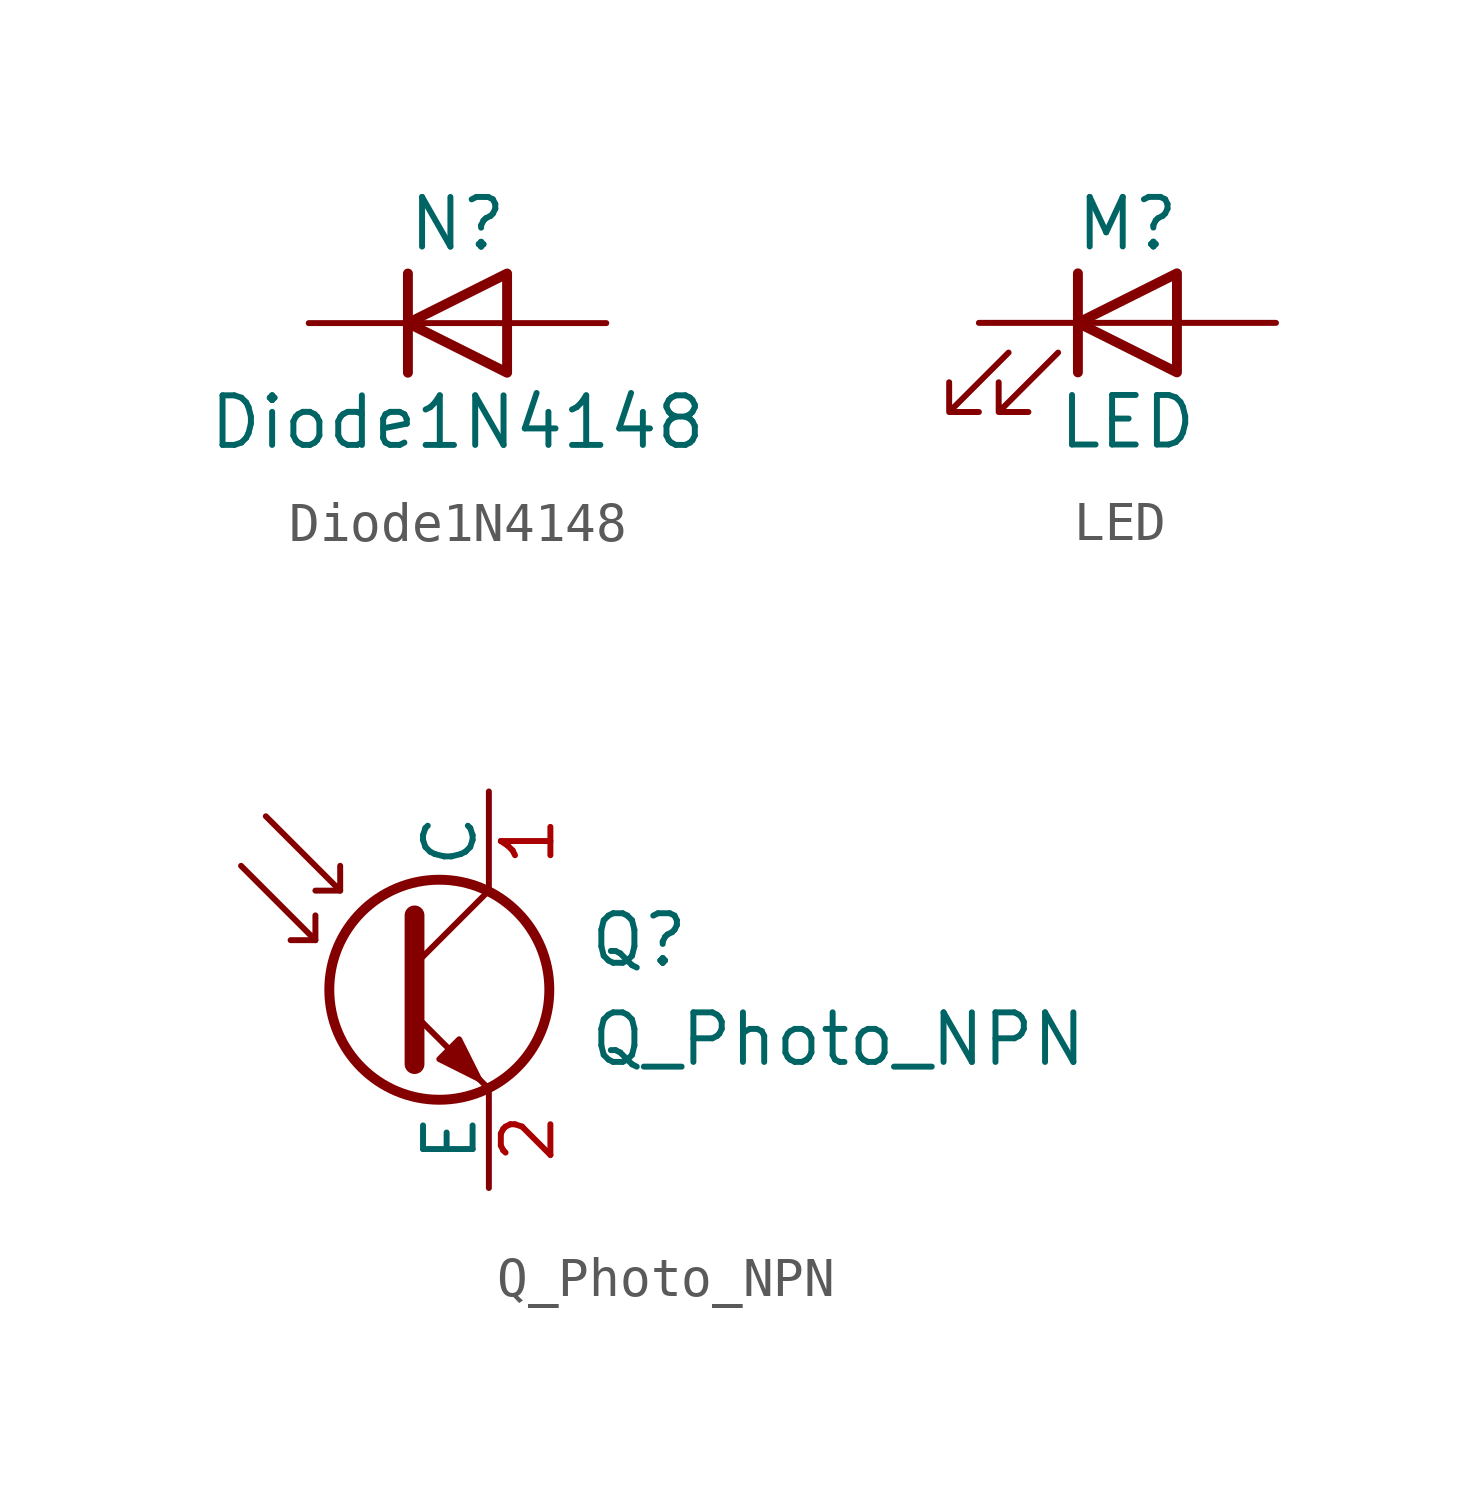
<source format=kicad_sym>
(kicad_symbol_lib
  (version 20211014)
  (generator kicad_symbol_editor)
  (symbol "Diode1N4148"
    (pin_numbers hide)
    (pin_names
      (offset 1.016) hide)
    (property "Reference" "N"
      (at 0 2.54 0)
      (effects (font (size 1.27 1.27))))
    (property "Value" "Diode1N4148"
      (at 0 -2.54 0)
      (effects (font (size 1.27 1.27))))
    (symbol "Diode1N4148_0_1"
      (polyline (pts (xy -1.27 1.27) (xy -1.27 -1.27)) (stroke (width 0.254) (type default) (color 0 0 0 0)) (fill (type none)))
      (polyline (pts (xy 1.27 0) (xy -1.27 0)) (stroke (width 0) (type default) (color 0 0 0 0)) (fill (type none)))
      (polyline (pts (xy 1.27 1.27) (xy 1.27 -1.27) (xy -1.27 0) (xy 1.27 1.27)) (stroke (width 0.254) (type default) (color 0 0 0 0)) (fill (type none))))
    (symbol "Diode1N4148_1_1"
      (pin passive line (at -3.81 0 0) (length 2.54) (name "K" (effects (font (size 1.27 1.27)))) (number "1" (effects (font (size 1.27 1.27)))))
      (pin passive line (at 3.81 0 180) (length 2.54) (name "A" (effects (font (size 1.27 1.27)))) (number "2" (effects (font (size 1.27 1.27)))))))
  (symbol "LED"
    (pin_numbers hide)
    (pin_names
      (offset 1.016) hide)
    (property "Reference" "M"
      (at 0 2.54 0)
      (effects (font (size 1.27 1.27))))
    (property "Value" "LED"
      (at 0 -2.54 0)
      (effects (font (size 1.27 1.27))))
    (symbol "LED_0_1"
      (polyline (pts (xy -1.27 -1.27) (xy -1.27 1.27)) (stroke (width 0.254) (type default) (color 0 0 0 0)) (fill (type none)))
      (polyline (pts (xy -1.27 0) (xy 1.27 0)) (stroke (width 0) (type default) (color 0 0 0 0)) (fill (type none)))
      (polyline (pts (xy 1.27 -1.27) (xy 1.27 1.27) (xy -1.27 0) (xy 1.27 -1.27)) (stroke (width 0.254) (type default) (color 0 0 0 0)) (fill (type none)))
      (polyline (pts (xy -3.048 -0.762) (xy -4.572 -2.286) (xy -3.81 -2.286) (xy -4.572 -2.286) (xy -4.572 -1.524)) (stroke (width 0) (type default) (color 0 0 0 0)) (fill (type none)))
      (polyline (pts (xy -1.778 -0.762) (xy -3.302 -2.286) (xy -2.54 -2.286) (xy -3.302 -2.286) (xy -3.302 -1.524)) (stroke (width 0) (type default) (color 0 0 0 0)) (fill (type none))))
    (symbol "LED_1_1"
      (pin passive line (at -3.81 0 0) (length 2.54) (name "K" (effects (font (size 1.27 1.27)))) (number "1" (effects (font (size 1.27 1.27)))))
      (pin passive line (at 3.81 0 180) (length 2.54) (name "A" (effects (font (size 1.27 1.27)))) (number "2" (effects (font (size 1.27 1.27)))))))
  (symbol "Q_Photo_NPN"
    (pin_names
      (offset 0))
    (property "Reference" "Q"
      (at 5.08 1.27 0)
      (effects (font (size 1.27 1.27)) (justify left)))
    (property "Value" "Q_Photo_NPN"
      (at 5.08 -1.27 0)
      (effects (font (size 1.27 1.27)) (justify left)))
    (symbol "Q_Photo_NPN_0_1"
      (polyline (pts (xy -1.905 1.27) (xy -2.54 1.27)) (stroke (width 0) (type default) (color 0 0 0 0)) (fill (type none)))
      (polyline (pts (xy -1.27 2.54) (xy -1.905 2.54)) (stroke (width 0) (type default) (color 0 0 0 0)) (fill (type none)))
      (polyline (pts (xy 0.635 0.635) (xy 2.54 2.54)) (stroke (width 0) (type default) (color 0 0 0 0)) (fill (type none)))
      (polyline (pts (xy -3.81 3.175) (xy -1.905 1.27) (xy -1.905 1.905)) (stroke (width 0) (type default) (color 0 0 0 0)) (fill (type none)))
      (polyline (pts (xy -3.175 4.445) (xy -1.27 2.54) (xy -1.27 3.175)) (stroke (width 0) (type default) (color 0 0 0 0)) (fill (type none)))
      (polyline (pts (xy 0.635 -0.635) (xy 2.54 -2.54) (xy 2.54 -2.54)) (stroke (width 0) (type default) (color 0 0 0 0)) (fill (type none)))
      (polyline (pts (xy 0.635 1.905) (xy 0.635 -1.905) (xy 0.635 -1.905)) (stroke (width 0.508) (type default) (color 0 0 0 0)) (fill (type none)))
      (polyline (pts (xy 1.27 -1.778) (xy 1.778 -1.27) (xy 2.286 -2.286) (xy 1.27 -1.778) (xy 1.27 -1.778)) (stroke (width 0) (type default) (color 0 0 0 0)) (fill (type outline)))
      (circle (center 1.27 0) (radius 2.819) (stroke (width 0.254) (type default) (color 0 0 0 0)) (fill (type none))))
    (symbol "Q_Photo_NPN_1_1"
      (pin passive line (at 2.54 5.08 270) (length 2.54) (name "C" (effects (font (size 1.27 1.27)))) (number "1" (effects (font (size 1.27 1.27)))))
      (pin passive line (at 2.54 -5.08 90) (length 2.54) (name "E" (effects (font (size 1.27 1.27)))) (number "2" (effects (font (size 1.27 1.27))))))))
</source>
